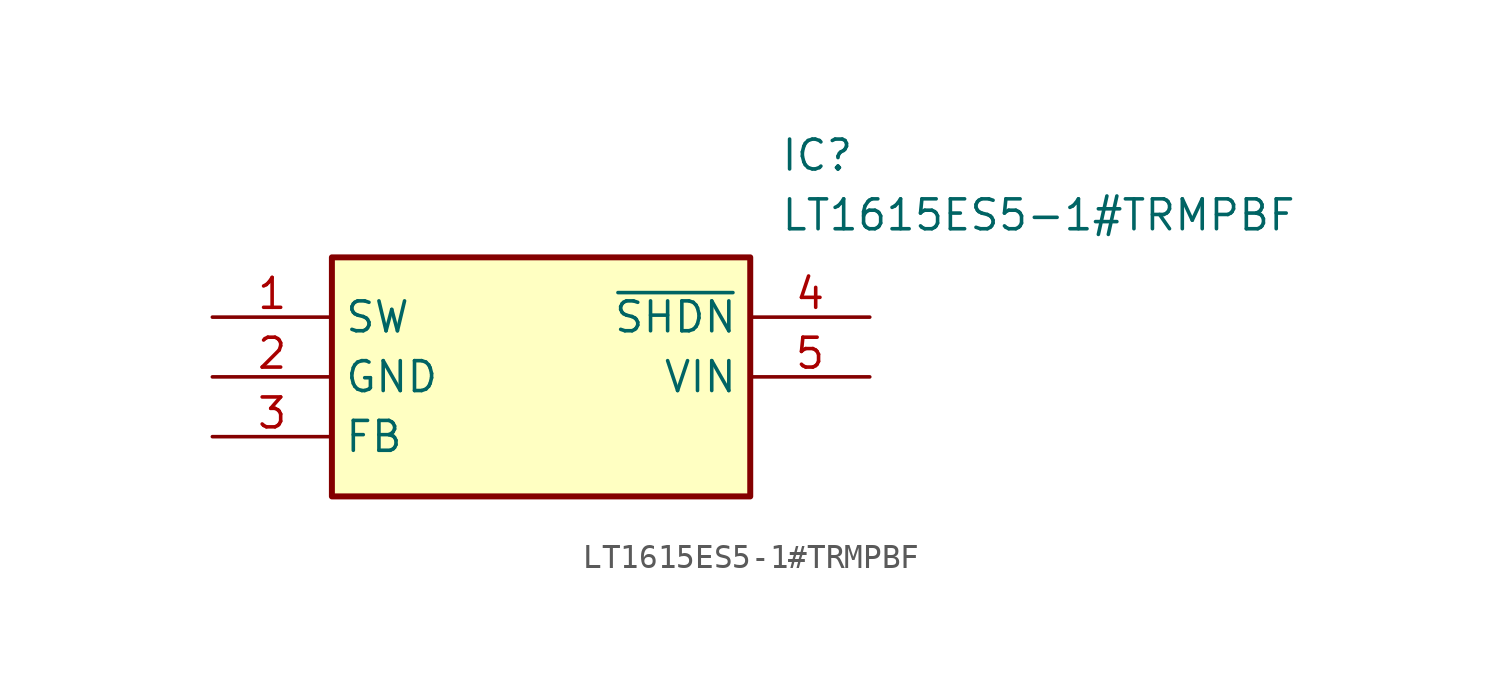
<source format=kicad_sym>
(kicad_symbol_lib
  (version 20241209)
  (generator "kicad_symbol_editor")
  (generator_version "9.0")
  (symbol "LT1615ES5-1#TRMPBF"
    (property "Reference" "IC"
      (at 24.13 7.62 0)
      (effects (font (size 1.27 1.27)) (justify left top)))
    (property "Value" "LT1615ES5-1#TRMPBF"
      (at 24.13 5.08 0)
      (effects (font (size 1.27 1.27)) (justify left top)))
    (symbol "LT1615ES5-1#TRMPBF_1_1"
      (rectangle (start 5.08 2.54) (end 22.86 -7.62) (stroke (width 0.254) (type default)) (fill (type background)))
      (pin passive line (at 0 0 0) (length 5.08) (name "SW" (effects (font (size 1.27 1.27)))) (number "1" (effects (font (size 1.27 1.27)))))
      (pin passive line (at 0 -2.54 0) (length 5.08) (name "GND" (effects (font (size 1.27 1.27)))) (number "2" (effects (font (size 1.27 1.27)))))
      (pin passive line (at 0 -5.08 0) (length 5.08) (name "FB" (effects (font (size 1.27 1.27)))) (number "3" (effects (font (size 1.27 1.27)))))
      (pin passive line (at 27.94 0 180) (length 5.08) (name "~{SHDN}" (effects (font (size 1.27 1.27)))) (number "4" (effects (font (size 1.27 1.27)))))
      (pin passive line (at 27.94 -2.54 180) (length 5.08) (name "VIN" (effects (font (size 1.27 1.27)))) (number "5" (effects (font (size 1.27 1.27))))))))
</source>
